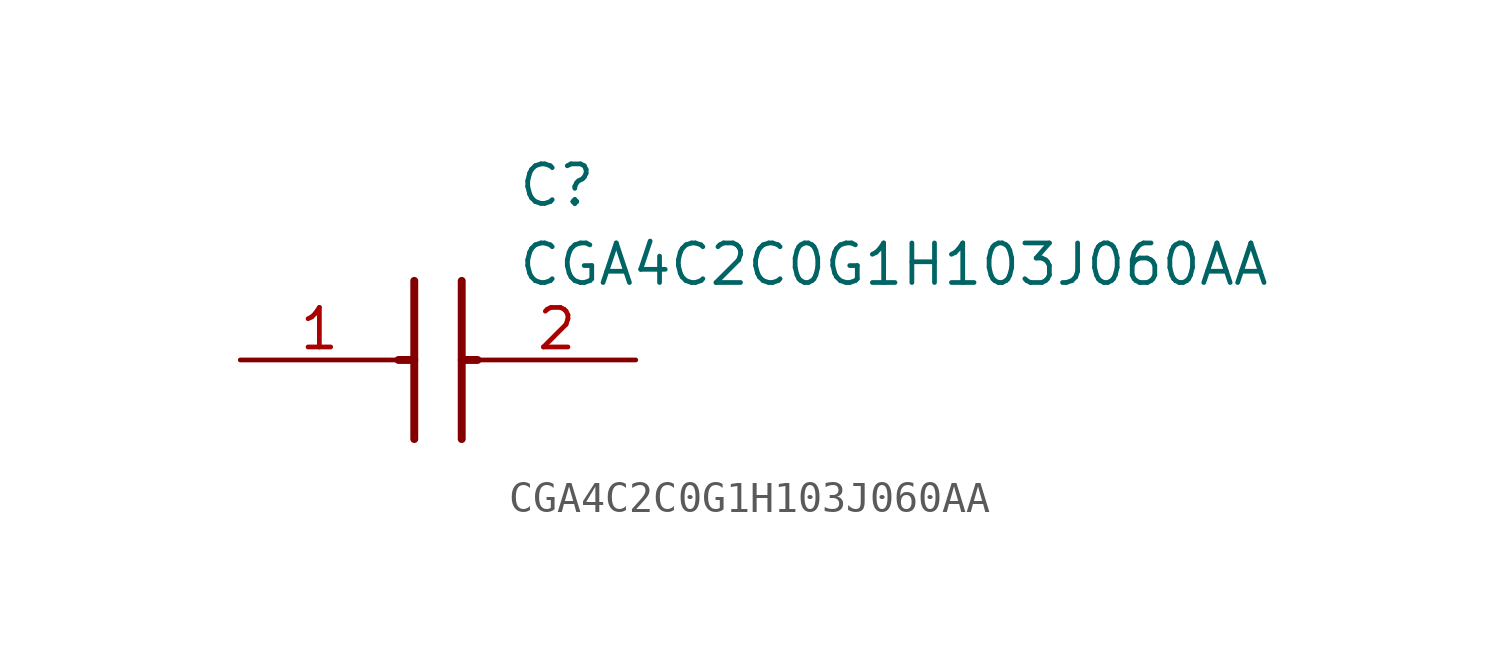
<source format=kicad_sym>
(kicad_symbol_lib
  (version 20211014)
  (generator SamacSys_ECAD_Model)
  (symbol "CGA4C2C0G1H103J060AA"
    (pin_names hide)
    (property "Reference" "C"
      (at 8.89 6.35 0)
      (effects (font (size 1.27 1.27)) (justify left top)))
    (property "Value" "CGA4C2C0G1H103J060AA"
      (at 8.89 3.81 0)
      (effects (font (size 1.27 1.27)) (justify left top)))
    (polyline
      (pts (xy 5.588 2.54) (xy 5.588 -2.54))
      (stroke (width 0.254) (type default))
      (fill (type none)))
    (polyline
      (pts (xy 7.112 2.54) (xy 7.112 -2.54))
      (stroke (width 0.254) (type default))
      (fill (type none)))
    (polyline
      (pts (xy 5.08 0) (xy 5.588 0))
      (stroke (width 0.254) (type default))
      (fill (type none)))
    (polyline
      (pts (xy 7.112 0) (xy 7.62 0))
      (stroke (width 0.254) (type default))
      (fill (type none)))
    (pin passive line
      (at 0 0 0)
      (length 5.08)
      (name "1" (effects (font (size 1.27 1.27))))
      (number "1" (effects (font (size 1.27 1.27)))))
    (pin passive line
      (at 12.7 0 180)
      (length 5.08)
      (name "2" (effects (font (size 1.27 1.27))))
      (number "2" (effects (font (size 1.27 1.27)))))))
</source>
